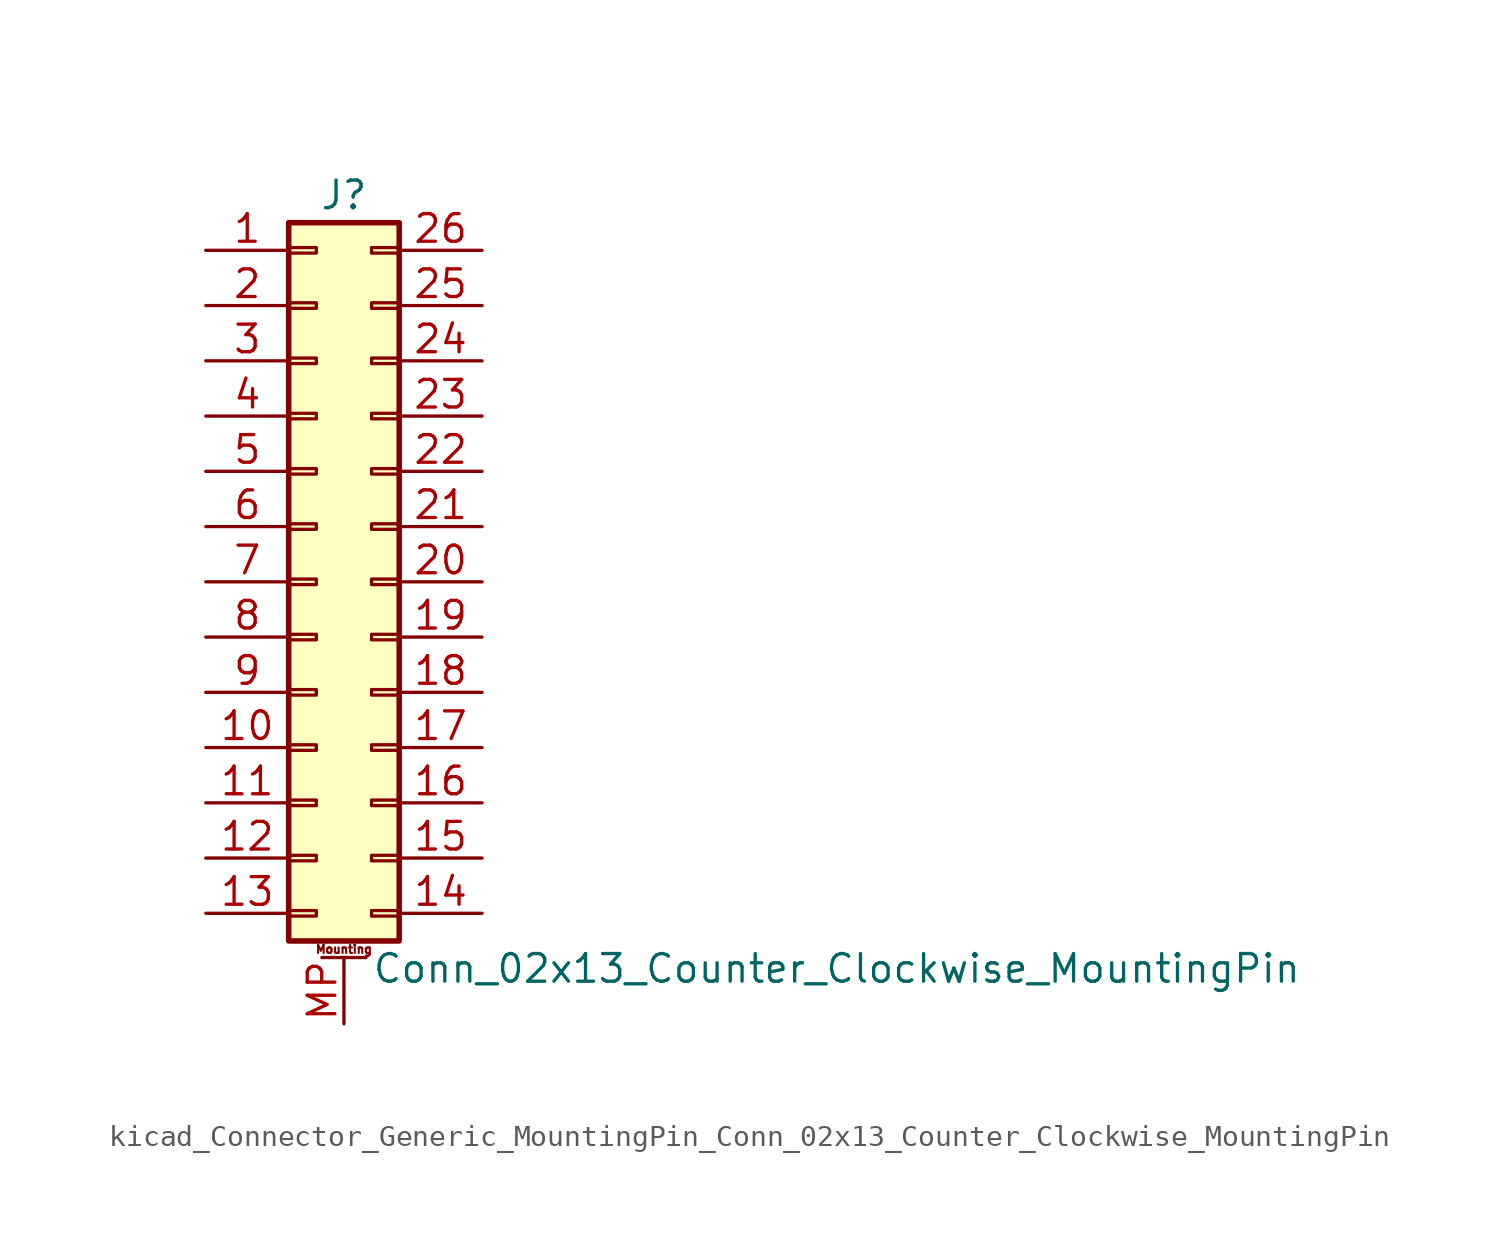
<source format=kicad_sym>
(kicad_symbol_lib
  (version 20220914)
  (generator kicad_symbol_editor)
  (symbol "kicad_Connector_Generic_MountingPin_Conn_02x13_Counter_Clockwise_MountingPin"
    (pin_names
      (offset 1.016) hide)
    (property "Reference" "J"
      (at 1.27 17.78 0)
      (effects (font (size 1.27 1.27))))
    (property "Value" "Conn_02x13_Counter_Clockwise_MountingPin"
      (at 2.54 -17.78 0)
      (effects (font (size 1.27 1.27)) (justify left)))
    (symbol "kicad_Connector_Generic_MountingPin_Conn_02x13_Counter_Clockwise_MountingPin_1_1"
      (rectangle (start -1.27 -15.113) (end 0 -15.367) (stroke (width 0.152) (type default)) (fill (type none)))
      (rectangle (start -1.27 -12.573) (end 0 -12.827) (stroke (width 0.152) (type default)) (fill (type none)))
      (rectangle (start -1.27 -10.033) (end 0 -10.287) (stroke (width 0.152) (type default)) (fill (type none)))
      (rectangle (start -1.27 -7.493) (end 0 -7.747) (stroke (width 0.152) (type default)) (fill (type none)))
      (rectangle (start -1.27 -4.953) (end 0 -5.207) (stroke (width 0.152) (type default)) (fill (type none)))
      (rectangle (start -1.27 -2.413) (end 0 -2.667) (stroke (width 0.152) (type default)) (fill (type none)))
      (rectangle (start -1.27 0.127) (end 0 -0.127) (stroke (width 0.152) (type default)) (fill (type none)))
      (rectangle (start -1.27 2.667) (end 0 2.413) (stroke (width 0.152) (type default)) (fill (type none)))
      (rectangle (start -1.27 5.207) (end 0 4.953) (stroke (width 0.152) (type default)) (fill (type none)))
      (rectangle (start -1.27 7.747) (end 0 7.493) (stroke (width 0.152) (type default)) (fill (type none)))
      (rectangle (start -1.27 10.287) (end 0 10.033) (stroke (width 0.152) (type default)) (fill (type none)))
      (rectangle (start -1.27 12.827) (end 0 12.573) (stroke (width 0.152) (type default)) (fill (type none)))
      (rectangle (start -1.27 15.367) (end 0 15.113) (stroke (width 0.152) (type default)) (fill (type none)))
      (rectangle (start -1.27 16.51) (end 3.81 -16.51) (stroke (width 0.254) (type default)) (fill (type background)))
      (polyline (pts (xy 0.254 -17.272) (xy 2.286 -17.272)) (stroke (width 0.152) (type default)) (fill (type none)))
      (rectangle (start 3.81 -15.113) (end 2.54 -15.367) (stroke (width 0.152) (type default)) (fill (type none)))
      (rectangle (start 3.81 -12.573) (end 2.54 -12.827) (stroke (width 0.152) (type default)) (fill (type none)))
      (rectangle (start 3.81 -10.033) (end 2.54 -10.287) (stroke (width 0.152) (type default)) (fill (type none)))
      (rectangle (start 3.81 -7.493) (end 2.54 -7.747) (stroke (width 0.152) (type default)) (fill (type none)))
      (rectangle (start 3.81 -4.953) (end 2.54 -5.207) (stroke (width 0.152) (type default)) (fill (type none)))
      (rectangle (start 3.81 -2.413) (end 2.54 -2.667) (stroke (width 0.152) (type default)) (fill (type none)))
      (rectangle (start 3.81 0.127) (end 2.54 -0.127) (stroke (width 0.152) (type default)) (fill (type none)))
      (rectangle (start 3.81 2.667) (end 2.54 2.413) (stroke (width 0.152) (type default)) (fill (type none)))
      (rectangle (start 3.81 5.207) (end 2.54 4.953) (stroke (width 0.152) (type default)) (fill (type none)))
      (rectangle (start 3.81 7.747) (end 2.54 7.493) (stroke (width 0.152) (type default)) (fill (type none)))
      (rectangle (start 3.81 10.287) (end 2.54 10.033) (stroke (width 0.152) (type default)) (fill (type none)))
      (rectangle (start 3.81 12.827) (end 2.54 12.573) (stroke (width 0.152) (type default)) (fill (type none)))
      (rectangle (start 3.81 15.367) (end 2.54 15.113) (stroke (width 0.152) (type default)) (fill (type none)))
      (text "Mounting" (at 1.27 -16.891 0) (effects (font (size 0.381 0.381))))
      (pin passive line (at -5.08 15.24 0) (length 3.81) (name "Pin_1" (effects (font (size 1.27 1.27)))) (number "1" (effects (font (size 1.27 1.27)))))
      (pin passive line (at -5.08 -7.62 0) (length 3.81) (name "Pin_10" (effects (font (size 1.27 1.27)))) (number "10" (effects (font (size 1.27 1.27)))))
      (pin passive line (at -5.08 -10.16 0) (length 3.81) (name "Pin_11" (effects (font (size 1.27 1.27)))) (number "11" (effects (font (size 1.27 1.27)))))
      (pin passive line (at -5.08 -12.7 0) (length 3.81) (name "Pin_12" (effects (font (size 1.27 1.27)))) (number "12" (effects (font (size 1.27 1.27)))))
      (pin passive line (at -5.08 -15.24 0) (length 3.81) (name "Pin_13" (effects (font (size 1.27 1.27)))) (number "13" (effects (font (size 1.27 1.27)))))
      (pin passive line (at 7.62 -15.24 180) (length 3.81) (name "Pin_14" (effects (font (size 1.27 1.27)))) (number "14" (effects (font (size 1.27 1.27)))))
      (pin passive line (at 7.62 -12.7 180) (length 3.81) (name "Pin_15" (effects (font (size 1.27 1.27)))) (number "15" (effects (font (size 1.27 1.27)))))
      (pin passive line (at 7.62 -10.16 180) (length 3.81) (name "Pin_16" (effects (font (size 1.27 1.27)))) (number "16" (effects (font (size 1.27 1.27)))))
      (pin passive line (at 7.62 -7.62 180) (length 3.81) (name "Pin_17" (effects (font (size 1.27 1.27)))) (number "17" (effects (font (size 1.27 1.27)))))
      (pin passive line (at 7.62 -5.08 180) (length 3.81) (name "Pin_18" (effects (font (size 1.27 1.27)))) (number "18" (effects (font (size 1.27 1.27)))))
      (pin passive line (at 7.62 -2.54 180) (length 3.81) (name "Pin_19" (effects (font (size 1.27 1.27)))) (number "19" (effects (font (size 1.27 1.27)))))
      (pin passive line (at -5.08 12.7 0) (length 3.81) (name "Pin_2" (effects (font (size 1.27 1.27)))) (number "2" (effects (font (size 1.27 1.27)))))
      (pin passive line (at 7.62 0 180) (length 3.81) (name "Pin_20" (effects (font (size 1.27 1.27)))) (number "20" (effects (font (size 1.27 1.27)))))
      (pin passive line (at 7.62 2.54 180) (length 3.81) (name "Pin_21" (effects (font (size 1.27 1.27)))) (number "21" (effects (font (size 1.27 1.27)))))
      (pin passive line (at 7.62 5.08 180) (length 3.81) (name "Pin_22" (effects (font (size 1.27 1.27)))) (number "22" (effects (font (size 1.27 1.27)))))
      (pin passive line (at 7.62 7.62 180) (length 3.81) (name "Pin_23" (effects (font (size 1.27 1.27)))) (number "23" (effects (font (size 1.27 1.27)))))
      (pin passive line (at 7.62 10.16 180) (length 3.81) (name "Pin_24" (effects (font (size 1.27 1.27)))) (number "24" (effects (font (size 1.27 1.27)))))
      (pin passive line (at 7.62 12.7 180) (length 3.81) (name "Pin_25" (effects (font (size 1.27 1.27)))) (number "25" (effects (font (size 1.27 1.27)))))
      (pin passive line (at 7.62 15.24 180) (length 3.81) (name "Pin_26" (effects (font (size 1.27 1.27)))) (number "26" (effects (font (size 1.27 1.27)))))
      (pin passive line (at -5.08 10.16 0) (length 3.81) (name "Pin_3" (effects (font (size 1.27 1.27)))) (number "3" (effects (font (size 1.27 1.27)))))
      (pin passive line (at -5.08 7.62 0) (length 3.81) (name "Pin_4" (effects (font (size 1.27 1.27)))) (number "4" (effects (font (size 1.27 1.27)))))
      (pin passive line (at -5.08 5.08 0) (length 3.81) (name "Pin_5" (effects (font (size 1.27 1.27)))) (number "5" (effects (font (size 1.27 1.27)))))
      (pin passive line (at -5.08 2.54 0) (length 3.81) (name "Pin_6" (effects (font (size 1.27 1.27)))) (number "6" (effects (font (size 1.27 1.27)))))
      (pin passive line (at -5.08 0 0) (length 3.81) (name "Pin_7" (effects (font (size 1.27 1.27)))) (number "7" (effects (font (size 1.27 1.27)))))
      (pin passive line (at -5.08 -2.54 0) (length 3.81) (name "Pin_8" (effects (font (size 1.27 1.27)))) (number "8" (effects (font (size 1.27 1.27)))))
      (pin passive line (at -5.08 -5.08 0) (length 3.81) (name "Pin_9" (effects (font (size 1.27 1.27)))) (number "9" (effects (font (size 1.27 1.27)))))
      (pin passive line (at 1.27 -20.32 90) (length 3.048) (name "MountPin" (effects (font (size 1.27 1.27)))) (number "MP" (effects (font (size 1.27 1.27))))))))
</source>
